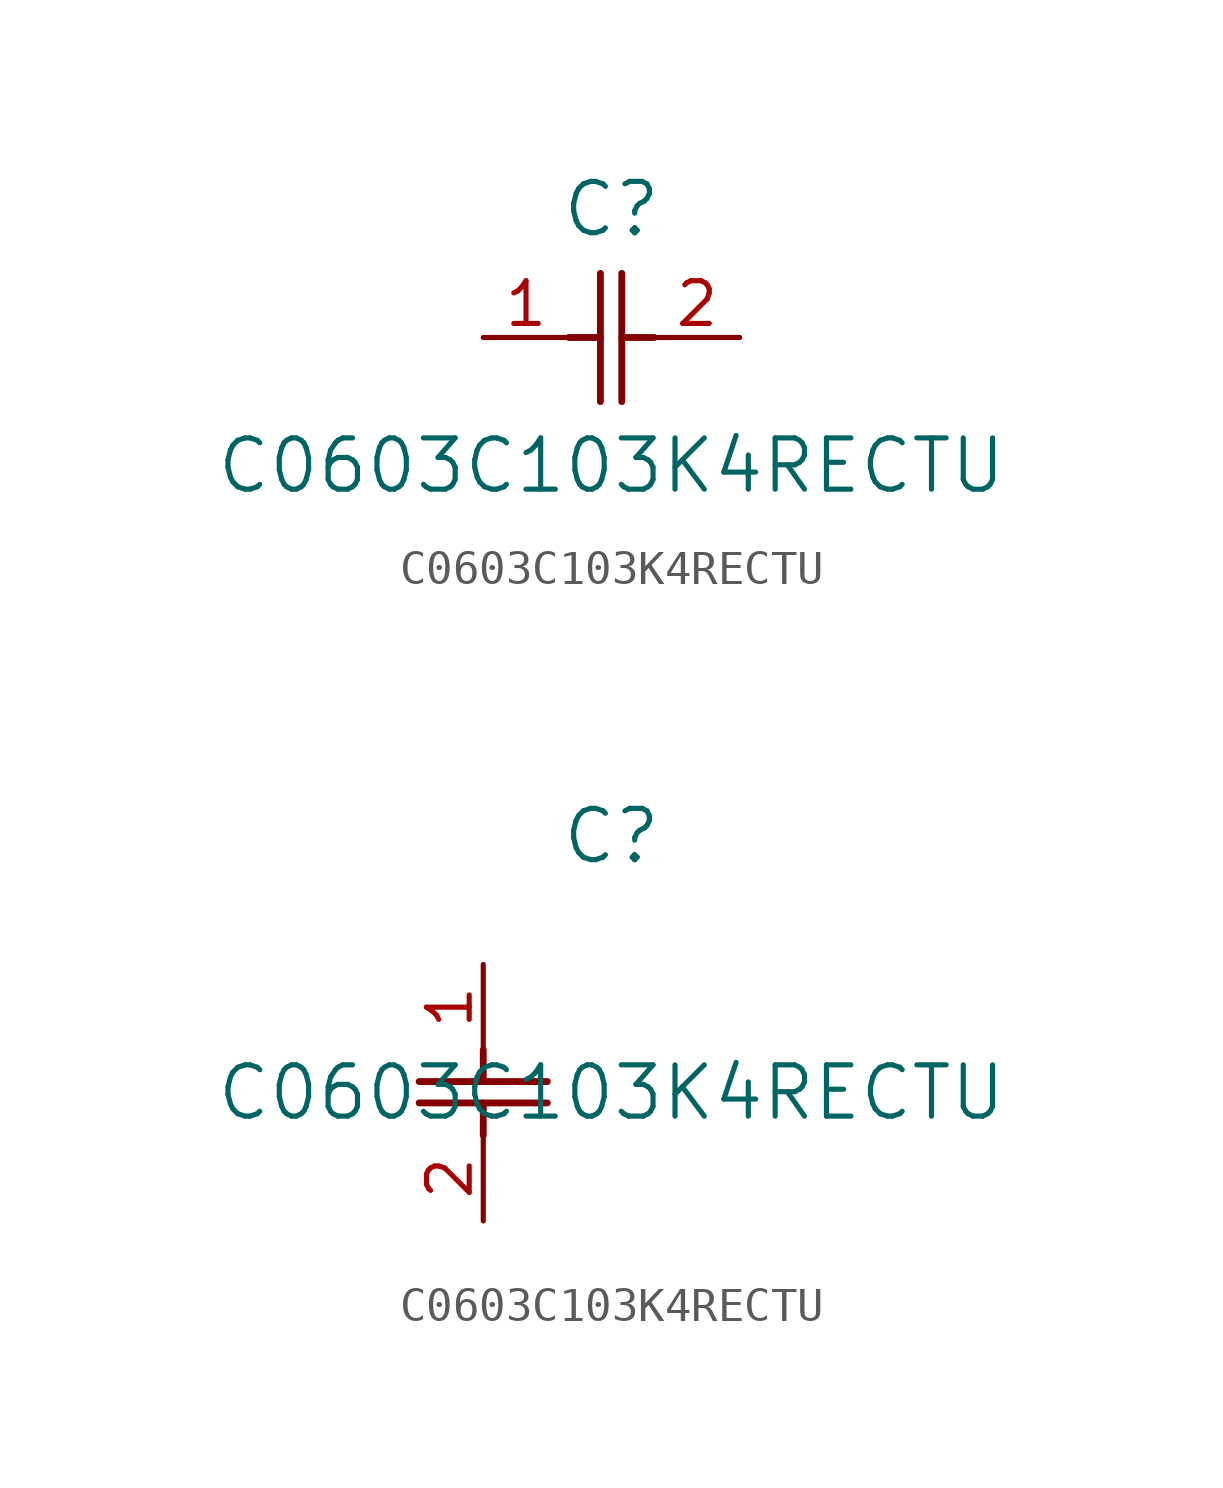
<source format=kicad_sym>
(kicad_symbol_lib
  (version 20211014)
  (generator kicad_symbol_editor)
  (symbol "C0603C103K4RECTU"
    (pin_names
      (offset 0.254))
    (property "Reference" "C"
      (at 3.81 3.81 0)
      (effects (font (size 1.524 1.524))))
    (property "Value" "C0603C103K4RECTU"
      (at 3.81 -3.81 0)
      (effects (font (size 1.524 1.524))))
    (symbol "C0603C103K4RECTU_1_1"
      (polyline (pts (xy 3.48 -1.905) (xy 3.48 1.905)) (stroke (width 0.203) (type default) (color 0 0 0 0)) (fill (type none)))
      (polyline (pts (xy 4.115 -1.905) (xy 4.115 1.905)) (stroke (width 0.203) (type default) (color 0 0 0 0)) (fill (type none)))
      (polyline (pts (xy 4.115 0) (xy 5.08 0)) (stroke (width 0.203) (type default) (color 0 0 0 0)) (fill (type none)))
      (polyline (pts (xy 2.54 0) (xy 3.48 0)) (stroke (width 0.203) (type default) (color 0 0 0 0)) (fill (type none)))
      (pin unspecified line (at 0 0 0) (length 2.54) (name "" (effects (font (size 1.27 1.27)))) (number "1" (effects (font (size 1.27 1.27)))))
      (pin unspecified line (at 7.62 0 180) (length 2.54) (name "" (effects (font (size 1.27 1.27)))) (number "2" (effects (font (size 1.27 1.27))))))
    (symbol "C0603C103K4RECTU_1_2"
      (polyline (pts (xy -1.905 -3.48) (xy 1.905 -3.48)) (stroke (width 0.203) (type default) (color 0 0 0 0)) (fill (type none)))
      (polyline (pts (xy -1.905 -4.115) (xy 1.905 -4.115)) (stroke (width 0.203) (type default) (color 0 0 0 0)) (fill (type none)))
      (polyline (pts (xy 0 -4.115) (xy 0 -5.08)) (stroke (width 0.203) (type default) (color 0 0 0 0)) (fill (type none)))
      (polyline (pts (xy 0 -2.54) (xy 0 -3.48)) (stroke (width 0.203) (type default) (color 0 0 0 0)) (fill (type none)))
      (pin unspecified line (at 0 0 270) (length 2.54) (name "" (effects (font (size 1.27 1.27)))) (number "1" (effects (font (size 1.27 1.27)))))
      (pin unspecified line (at 0 -7.62 90) (length 2.54) (name "" (effects (font (size 1.27 1.27)))) (number "2" (effects (font (size 1.27 1.27))))))))
</source>
